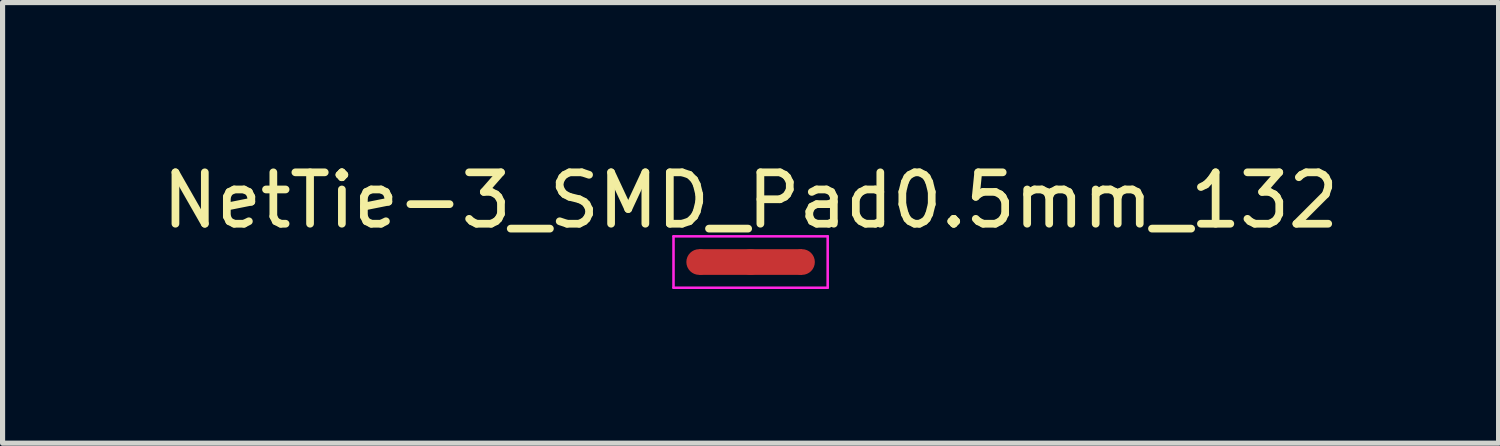
<source format=kicad_pcb>
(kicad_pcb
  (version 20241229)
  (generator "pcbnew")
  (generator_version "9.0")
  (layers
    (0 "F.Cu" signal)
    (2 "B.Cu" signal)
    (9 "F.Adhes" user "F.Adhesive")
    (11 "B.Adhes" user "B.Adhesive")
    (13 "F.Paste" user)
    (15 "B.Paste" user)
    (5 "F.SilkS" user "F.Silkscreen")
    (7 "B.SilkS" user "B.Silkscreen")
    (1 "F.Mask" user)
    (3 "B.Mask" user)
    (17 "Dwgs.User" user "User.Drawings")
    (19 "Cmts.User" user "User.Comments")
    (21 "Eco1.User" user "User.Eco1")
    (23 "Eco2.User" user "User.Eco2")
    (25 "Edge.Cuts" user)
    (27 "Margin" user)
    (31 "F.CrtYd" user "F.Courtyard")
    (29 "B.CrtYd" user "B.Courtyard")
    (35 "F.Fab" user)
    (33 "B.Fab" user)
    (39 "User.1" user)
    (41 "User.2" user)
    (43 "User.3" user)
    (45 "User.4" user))
  (footprint "NetTie-3_SMD_Pad0.5mm_132"
    (layer "F.Cu")
    (at 11.554 2.048)
    (property "Reference" "NetTie-3_SMD_Pad0.5mm_132" (at 0 -1.2 0) (layer "F.SilkS") (effects (font (size 1 1) (thickness 0.15))))
    (attr exclude_from_pos_files exclude_from_bom)
    (fp_poly (pts (xy -1 -0.25) (xy 1 -0.25) (xy 1 0.25) (xy -1 0.25)) (stroke (width 0) (type solid)) (fill yes) (layer "F.Cu"))
    (fp_line (start -1.5 -0.5) (end -1.5 0.5) (stroke (width 0.05) (type solid)) (layer "F.CrtYd"))
    (fp_line (start -1.5 0.5) (end 1.5 0.5) (stroke (width 0.05) (type solid)) (layer "F.CrtYd"))
    (fp_line (start 1.5 -0.5) (end -1.5 -0.5) (stroke (width 0.05) (type solid)) (layer "F.CrtYd"))
    (fp_line (start 1.5 0.5) (end 1.5 -0.5) (stroke (width 0.05) (type solid)) (layer "F.CrtYd"))
    (pad "1" smd circle (at -1 0) (size 0.5 0.5) (layers "F.Cu"))
    (pad "2" smd circle (at 1 0) (size 0.5 0.5) (layers "F.Cu"))
    (pad "3" smd circle (at 0 0) (size 0.5 0.5) (layers "F.Cu")))
  (gr_rect
    (start -3 -3)
    (end 26.107 5.573)
    (stroke (width 0.1) (type default))
    (fill no)
    (layer "Edge.Cuts")))
</source>
